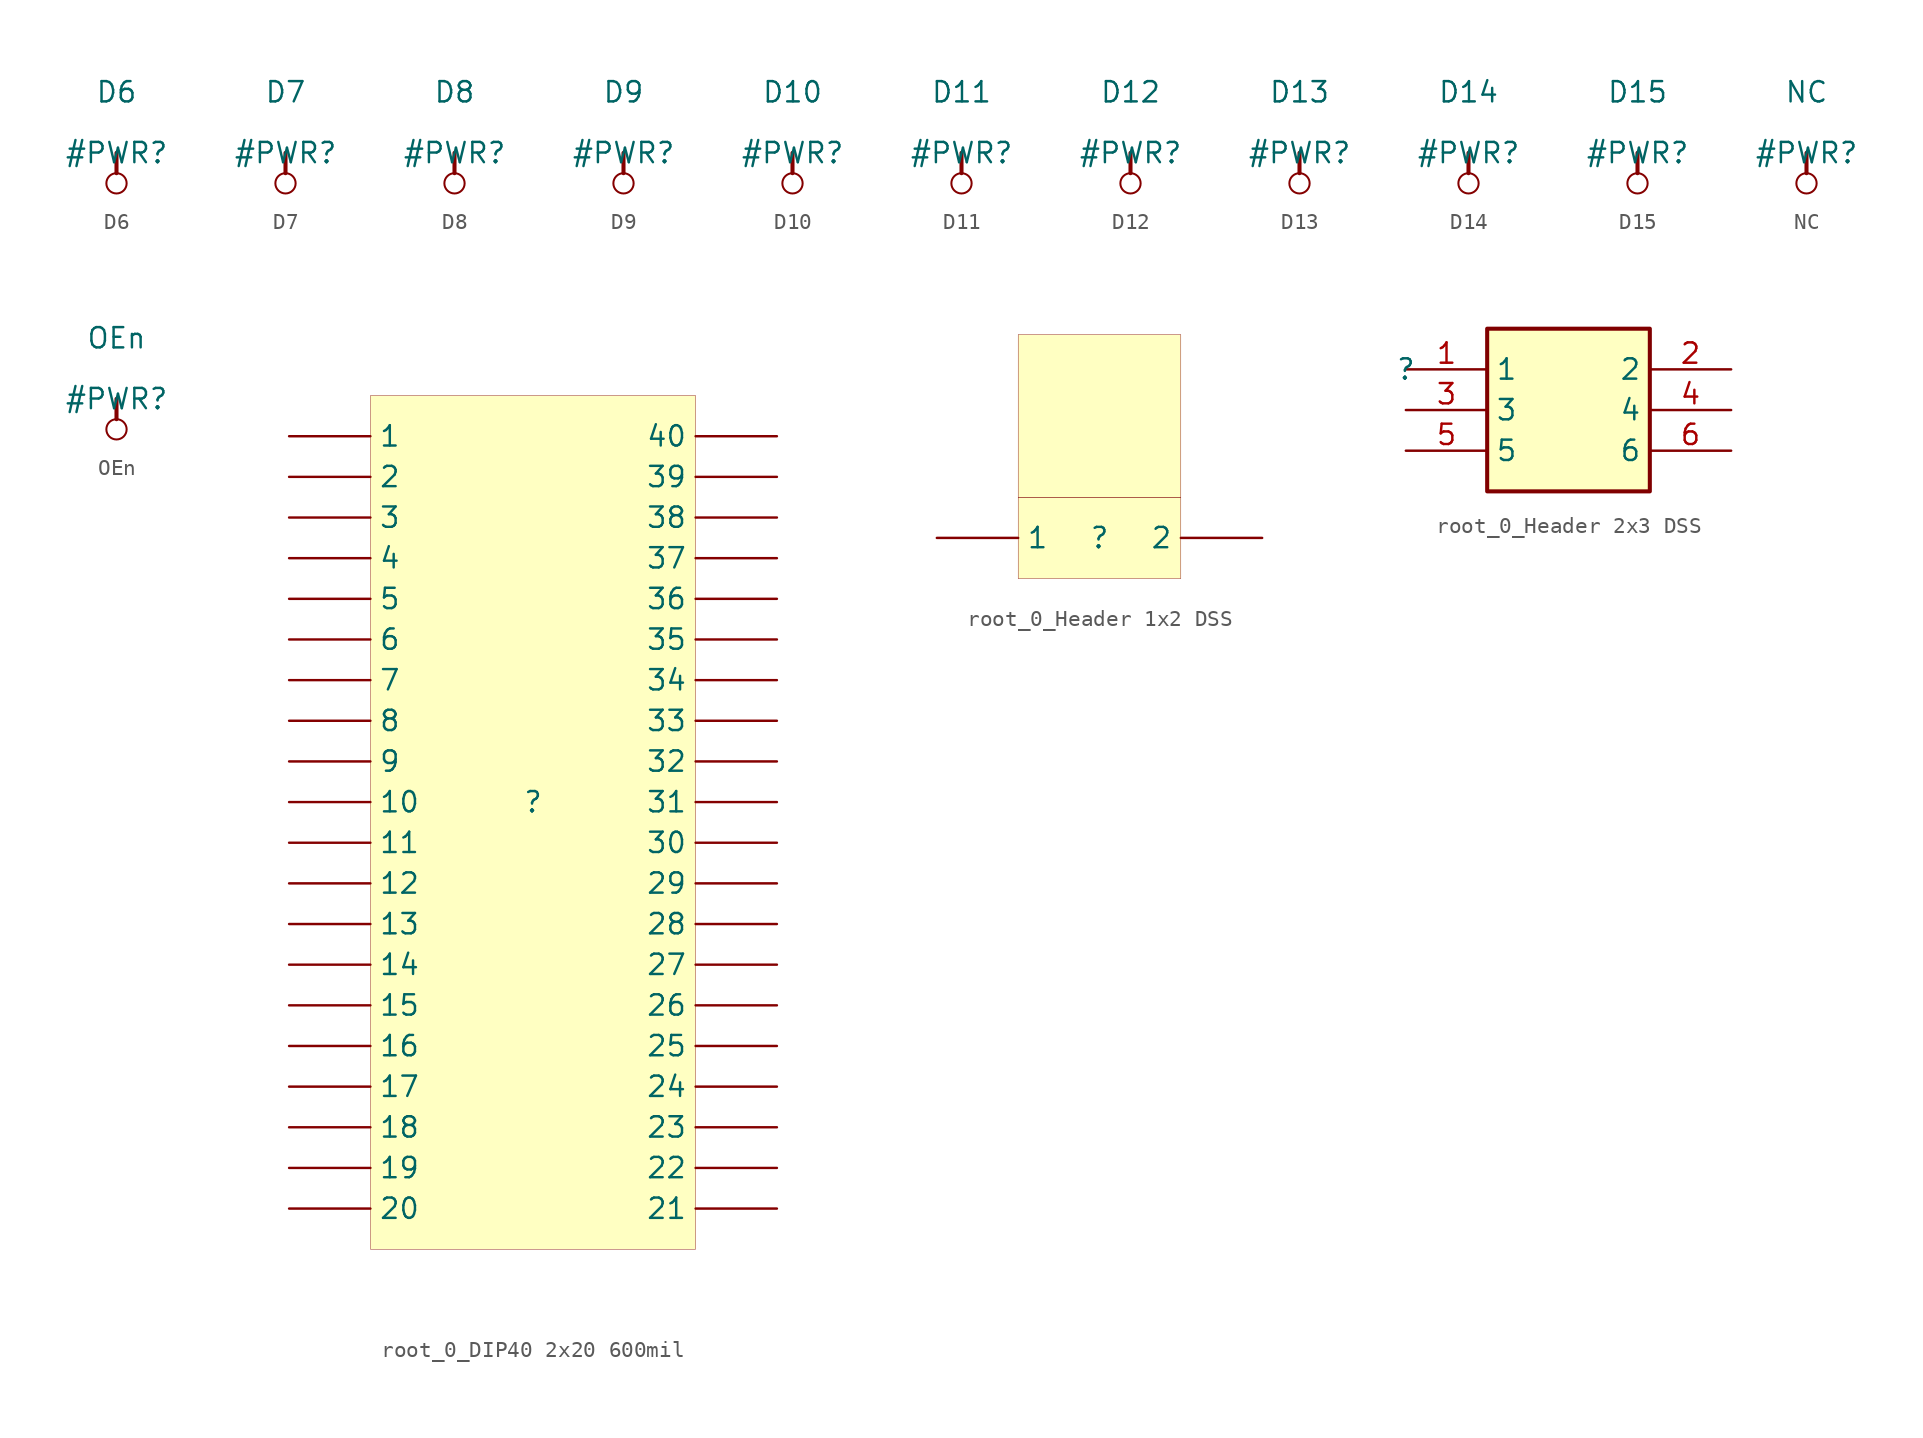
<source format=kicad_sym>
(kicad_symbol_lib
  (version 20231120)
  (generator "kicad_symbol_editor")
  (generator_version "7.99")
  (symbol "D6"
    (power)
    (property "Reference" "#PWR"
      (at 0 0 0)
      (effects (font (size 1.27 1.27))))
    (property "Value" "D6"
      (at 0 3.81 0)
      (effects (font (size 1.27 1.27))))
    (symbol "D6_0_0"
      (circle (center 0 -1.905) (radius 0.635) (stroke (width 0.127) (type solid)) (fill (type none)))
      (polyline (pts (xy 0 0) (xy 0 -1.27)) (stroke (width 0.254) (type solid)) (fill (type none)))
      (pin power_in line (at 0 0 0) (length 0) hide (name "D6" (effects (font (size 1.27 1.27)))) (number "" (effects (font (size 1.27 1.27)))))))
  (symbol "D7"
    (power)
    (property "Reference" "#PWR"
      (at 0 0 0)
      (effects (font (size 1.27 1.27))))
    (property "Value" "D7"
      (at 0 3.81 0)
      (effects (font (size 1.27 1.27))))
    (symbol "D7_0_0"
      (circle (center 0 -1.905) (radius 0.635) (stroke (width 0.127) (type solid)) (fill (type none)))
      (polyline (pts (xy 0 0) (xy 0 -1.27)) (stroke (width 0.254) (type solid)) (fill (type none)))
      (pin power_in line (at 0 0 0) (length 0) hide (name "D7" (effects (font (size 1.27 1.27)))) (number "" (effects (font (size 1.27 1.27)))))))
  (symbol "D8"
    (power)
    (property "Reference" "#PWR"
      (at 0 0 0)
      (effects (font (size 1.27 1.27))))
    (property "Value" "D8"
      (at 0 3.81 0)
      (effects (font (size 1.27 1.27))))
    (symbol "D8_0_0"
      (circle (center 0 -1.905) (radius 0.635) (stroke (width 0.127) (type solid)) (fill (type none)))
      (polyline (pts (xy 0 0) (xy 0 -1.27)) (stroke (width 0.254) (type solid)) (fill (type none)))
      (pin power_in line (at 0 0 0) (length 0) hide (name "D8" (effects (font (size 1.27 1.27)))) (number "" (effects (font (size 1.27 1.27)))))))
  (symbol "D9"
    (power)
    (property "Reference" "#PWR"
      (at 0 0 0)
      (effects (font (size 1.27 1.27))))
    (property "Value" "D9"
      (at 0 3.81 0)
      (effects (font (size 1.27 1.27))))
    (symbol "D9_0_0"
      (circle (center 0 -1.905) (radius 0.635) (stroke (width 0.127) (type solid)) (fill (type none)))
      (polyline (pts (xy 0 0) (xy 0 -1.27)) (stroke (width 0.254) (type solid)) (fill (type none)))
      (pin power_in line (at 0 0 0) (length 0) hide (name "D9" (effects (font (size 1.27 1.27)))) (number "" (effects (font (size 1.27 1.27)))))))
  (symbol "D10"
    (power)
    (property "Reference" "#PWR"
      (at 0 0 0)
      (effects (font (size 1.27 1.27))))
    (property "Value" "D10"
      (at 0 3.81 0)
      (effects (font (size 1.27 1.27))))
    (symbol "D10_0_0"
      (circle (center 0 -1.905) (radius 0.635) (stroke (width 0.127) (type solid)) (fill (type none)))
      (polyline (pts (xy 0 0) (xy 0 -1.27)) (stroke (width 0.254) (type solid)) (fill (type none)))
      (pin power_in line (at 0 0 0) (length 0) hide (name "D10" (effects (font (size 1.27 1.27)))) (number "" (effects (font (size 1.27 1.27)))))))
  (symbol "D11"
    (power)
    (property "Reference" "#PWR"
      (at 0 0 0)
      (effects (font (size 1.27 1.27))))
    (property "Value" "D11"
      (at 0 3.81 0)
      (effects (font (size 1.27 1.27))))
    (symbol "D11_0_0"
      (circle (center 0 -1.905) (radius 0.635) (stroke (width 0.127) (type solid)) (fill (type none)))
      (polyline (pts (xy 0 0) (xy 0 -1.27)) (stroke (width 0.254) (type solid)) (fill (type none)))
      (pin power_in line (at 0 0 0) (length 0) hide (name "D11" (effects (font (size 1.27 1.27)))) (number "" (effects (font (size 1.27 1.27)))))))
  (symbol "D12"
    (power)
    (property "Reference" "#PWR"
      (at 0 0 0)
      (effects (font (size 1.27 1.27))))
    (property "Value" "D12"
      (at 0 3.81 0)
      (effects (font (size 1.27 1.27))))
    (symbol "D12_0_0"
      (circle (center 0 -1.905) (radius 0.635) (stroke (width 0.127) (type solid)) (fill (type none)))
      (polyline (pts (xy 0 0) (xy 0 -1.27)) (stroke (width 0.254) (type solid)) (fill (type none)))
      (pin power_in line (at 0 0 0) (length 0) hide (name "D12" (effects (font (size 1.27 1.27)))) (number "" (effects (font (size 1.27 1.27)))))))
  (symbol "D13"
    (power)
    (property "Reference" "#PWR"
      (at 0 0 0)
      (effects (font (size 1.27 1.27))))
    (property "Value" "D13"
      (at 0 3.81 0)
      (effects (font (size 1.27 1.27))))
    (symbol "D13_0_0"
      (circle (center 0 -1.905) (radius 0.635) (stroke (width 0.127) (type solid)) (fill (type none)))
      (polyline (pts (xy 0 0) (xy 0 -1.27)) (stroke (width 0.254) (type solid)) (fill (type none)))
      (pin power_in line (at 0 0 0) (length 0) hide (name "D13" (effects (font (size 1.27 1.27)))) (number "" (effects (font (size 1.27 1.27)))))))
  (symbol "D14"
    (power)
    (property "Reference" "#PWR"
      (at 0 0 0)
      (effects (font (size 1.27 1.27))))
    (property "Value" "D14"
      (at 0 3.81 0)
      (effects (font (size 1.27 1.27))))
    (symbol "D14_0_0"
      (circle (center 0 -1.905) (radius 0.635) (stroke (width 0.127) (type solid)) (fill (type none)))
      (polyline (pts (xy 0 0) (xy 0 -1.27)) (stroke (width 0.254) (type solid)) (fill (type none)))
      (pin power_in line (at 0 0 0) (length 0) hide (name "D14" (effects (font (size 1.27 1.27)))) (number "" (effects (font (size 1.27 1.27)))))))
  (symbol "D15"
    (power)
    (property "Reference" "#PWR"
      (at 0 0 0)
      (effects (font (size 1.27 1.27))))
    (property "Value" "D15"
      (at 0 3.81 0)
      (effects (font (size 1.27 1.27))))
    (symbol "D15_0_0"
      (circle (center 0 -1.905) (radius 0.635) (stroke (width 0.127) (type solid)) (fill (type none)))
      (polyline (pts (xy 0 0) (xy 0 -1.27)) (stroke (width 0.254) (type solid)) (fill (type none)))
      (pin power_in line (at 0 0 0) (length 0) hide (name "D15" (effects (font (size 1.27 1.27)))) (number "" (effects (font (size 1.27 1.27)))))))
  (symbol "NC"
    (power)
    (property "Reference" "#PWR"
      (at 0 0 0)
      (effects (font (size 1.27 1.27))))
    (property "Value" "NC"
      (at 0 3.81 0)
      (effects (font (size 1.27 1.27))))
    (symbol "NC_0_0"
      (circle (center 0 -1.905) (radius 0.635) (stroke (width 0.127) (type solid)) (fill (type none)))
      (polyline (pts (xy 0 0) (xy 0 -1.27)) (stroke (width 0.254) (type solid)) (fill (type none)))
      (pin power_in line (at 0 0 0) (length 0) hide (name "NC" (effects (font (size 1.27 1.27)))) (number "" (effects (font (size 1.27 1.27)))))))
  (symbol "OEn"
    (power)
    (property "Reference" "#PWR"
      (at 0 0 0)
      (effects (font (size 1.27 1.27))))
    (property "Value" "OEn"
      (at 0 3.81 0)
      (effects (font (size 1.27 1.27))))
    (symbol "OEn_0_0"
      (circle (center 0 -1.905) (radius 0.635) (stroke (width 0.127) (type solid)) (fill (type none)))
      (polyline (pts (xy 0 0) (xy 0 -1.27)) (stroke (width 0.254) (type solid)) (fill (type none)))
      (pin power_in line (at 0 0 0) (length 0) hide (name "OEn" (effects (font (size 1.27 1.27)))) (number "" (effects (font (size 1.27 1.27)))))))
  (symbol "root_0_DIP40 2x20 600mil"
    (property "Reference" ""
      (at 0 0 0)
      (effects (font (size 1.27 1.27))))
    (property "Value" ""
      (at 0 0 0)
      (effects (font (size 1.27 1.27))))
    (symbol "root_0_DIP40 2x20 600mil_1_0"
      (rectangle (start 10.16 25.4) (end -10.16 -27.94) (stroke (width 0.025) (type solid) (color 128 0 0 1)) (fill (type background)))
      (pin passive line (at -15.24 22.86 0) (length 5.08) (name "1" (effects (font (size 1.27 1.27)))) (number "1" (effects (font (size 0 0)))))
      (pin passive line (at -15.24 0 0) (length 5.08) (name "10" (effects (font (size 1.27 1.27)))) (number "10" (effects (font (size 0 0)))))
      (pin passive line (at -15.24 -2.54 0) (length 5.08) (name "11" (effects (font (size 1.27 1.27)))) (number "11" (effects (font (size 0 0)))))
      (pin passive line (at -15.24 -5.08 0) (length 5.08) (name "12" (effects (font (size 1.27 1.27)))) (number "12" (effects (font (size 0 0)))))
      (pin passive line (at -15.24 -7.62 0) (length 5.08) (name "13" (effects (font (size 1.27 1.27)))) (number "13" (effects (font (size 0 0)))))
      (pin passive line (at -15.24 -10.16 0) (length 5.08) (name "14" (effects (font (size 1.27 1.27)))) (number "14" (effects (font (size 0 0)))))
      (pin passive line (at -15.24 -12.7 0) (length 5.08) (name "15" (effects (font (size 1.27 1.27)))) (number "15" (effects (font (size 0 0)))))
      (pin passive line (at -15.24 -15.24 0) (length 5.08) (name "16" (effects (font (size 1.27 1.27)))) (number "16" (effects (font (size 0 0)))))
      (pin passive line (at -15.24 -17.78 0) (length 5.08) (name "17" (effects (font (size 1.27 1.27)))) (number "17" (effects (font (size 0 0)))))
      (pin passive line (at -15.24 -20.32 0) (length 5.08) (name "18" (effects (font (size 1.27 1.27)))) (number "18" (effects (font (size 0 0)))))
      (pin passive line (at -15.24 -22.86 0) (length 5.08) (name "19" (effects (font (size 1.27 1.27)))) (number "19" (effects (font (size 0 0)))))
      (pin passive line (at -15.24 20.32 0) (length 5.08) (name "2" (effects (font (size 1.27 1.27)))) (number "2" (effects (font (size 0 0)))))
      (pin passive line (at -15.24 -25.4 0) (length 5.08) (name "20" (effects (font (size 1.27 1.27)))) (number "20" (effects (font (size 0 0)))))
      (pin passive line (at 15.24 -25.4 180) (length 5.08) (name "21" (effects (font (size 1.27 1.27)))) (number "21" (effects (font (size 0 0)))))
      (pin passive line (at 15.24 -22.86 180) (length 5.08) (name "22" (effects (font (size 1.27 1.27)))) (number "22" (effects (font (size 0 0)))))
      (pin passive line (at 15.24 -20.32 180) (length 5.08) (name "23" (effects (font (size 1.27 1.27)))) (number "23" (effects (font (size 0 0)))))
      (pin passive line (at 15.24 -17.78 180) (length 5.08) (name "24" (effects (font (size 1.27 1.27)))) (number "24" (effects (font (size 0 0)))))
      (pin passive line (at 15.24 -15.24 180) (length 5.08) (name "25" (effects (font (size 1.27 1.27)))) (number "25" (effects (font (size 0 0)))))
      (pin passive line (at 15.24 -12.7 180) (length 5.08) (name "26" (effects (font (size 1.27 1.27)))) (number "26" (effects (font (size 0 0)))))
      (pin passive line (at 15.24 -10.16 180) (length 5.08) (name "27" (effects (font (size 1.27 1.27)))) (number "27" (effects (font (size 0 0)))))
      (pin passive line (at 15.24 -7.62 180) (length 5.08) (name "28" (effects (font (size 1.27 1.27)))) (number "28" (effects (font (size 0 0)))))
      (pin passive line (at 15.24 -5.08 180) (length 5.08) (name "29" (effects (font (size 1.27 1.27)))) (number "29" (effects (font (size 0 0)))))
      (pin passive line (at -15.24 17.78 0) (length 5.08) (name "3" (effects (font (size 1.27 1.27)))) (number "3" (effects (font (size 0 0)))))
      (pin passive line (at 15.24 -2.54 180) (length 5.08) (name "30" (effects (font (size 1.27 1.27)))) (number "30" (effects (font (size 0 0)))))
      (pin passive line (at 15.24 0 180) (length 5.08) (name "31" (effects (font (size 1.27 1.27)))) (number "31" (effects (font (size 0 0)))))
      (pin passive line (at 15.24 2.54 180) (length 5.08) (name "32" (effects (font (size 1.27 1.27)))) (number "32" (effects (font (size 0 0)))))
      (pin passive line (at 15.24 5.08 180) (length 5.08) (name "33" (effects (font (size 1.27 1.27)))) (number "33" (effects (font (size 0 0)))))
      (pin passive line (at 15.24 7.62 180) (length 5.08) (name "34" (effects (font (size 1.27 1.27)))) (number "34" (effects (font (size 0 0)))))
      (pin passive line (at 15.24 10.16 180) (length 5.08) (name "35" (effects (font (size 1.27 1.27)))) (number "35" (effects (font (size 0 0)))))
      (pin passive line (at 15.24 12.7 180) (length 5.08) (name "36" (effects (font (size 1.27 1.27)))) (number "36" (effects (font (size 0 0)))))
      (pin passive line (at 15.24 15.24 180) (length 5.08) (name "37" (effects (font (size 1.27 1.27)))) (number "37" (effects (font (size 0 0)))))
      (pin passive line (at 15.24 17.78 180) (length 5.08) (name "38" (effects (font (size 1.27 1.27)))) (number "38" (effects (font (size 0 0)))))
      (pin passive line (at 15.24 20.32 180) (length 5.08) (name "39" (effects (font (size 1.27 1.27)))) (number "39" (effects (font (size 0 0)))))
      (pin passive line (at -15.24 15.24 0) (length 5.08) (name "4" (effects (font (size 1.27 1.27)))) (number "4" (effects (font (size 0 0)))))
      (pin passive line (at 15.24 22.86 180) (length 5.08) (name "40" (effects (font (size 1.27 1.27)))) (number "40" (effects (font (size 0 0)))))
      (pin passive line (at -15.24 12.7 0) (length 5.08) (name "5" (effects (font (size 1.27 1.27)))) (number "5" (effects (font (size 0 0)))))
      (pin passive line (at -15.24 10.16 0) (length 5.08) (name "6" (effects (font (size 1.27 1.27)))) (number "6" (effects (font (size 0 0)))))
      (pin passive line (at -15.24 7.62 0) (length 5.08) (name "7" (effects (font (size 1.27 1.27)))) (number "7" (effects (font (size 0 0)))))
      (pin passive line (at -15.24 5.08 0) (length 5.08) (name "8" (effects (font (size 1.27 1.27)))) (number "8" (effects (font (size 0 0)))))
      (pin passive line (at -15.24 2.54 0) (length 5.08) (name "9" (effects (font (size 1.27 1.27)))) (number "9" (effects (font (size 0 0)))))))
  (symbol "root_0_Header 1x2 DSS"
    (property "Reference" ""
      (at 0 0 0)
      (effects (font (size 1.27 1.27))))
    (property "Value" ""
      (at 0 0 0)
      (effects (font (size 1.27 1.27))))
    (symbol "root_0_Header 1x2 DSS_1_0"
      (rectangle (start 5.08 2.54) (end -5.08 -2.54) (stroke (width 0.025) (type solid) (color 128 0 0 1)) (fill (type background)))
      (rectangle (start 5.08 12.7) (end -5.08 2.54) (stroke (width 0.025) (type solid) (color 128 0 0 1)) (fill (type background)))
      (pin passive line (at -10.16 0 0) (length 5.08) (name "1" (effects (font (size 1.27 1.27)))) (number "1" (effects (font (size 0 0)))))
      (pin passive line (at 10.16 0 180) (length 5.08) (name "2" (effects (font (size 1.27 1.27)))) (number "2" (effects (font (size 0 0)))))))
  (symbol "root_0_Header 2x3 DSS"
    (property "Reference" ""
      (at 0 0 0)
      (effects (font (size 1.27 1.27))))
    (property "Value" ""
      (at 0 0 0)
      (effects (font (size 1.27 1.27))))
    (symbol "root_0_Header 2x3 DSS_1_0"
      (rectangle (start 15.24 2.54) (end 5.08 -7.62) (stroke (width 0.254) (type solid) (color 128 0 0 1)) (fill (type background)))
      (pin passive line (at 0 0 0) (length 5.08) (name "1" (effects (font (size 1.27 1.27)))) (number "1" (effects (font (size 1.27 1.27)))))
      (pin passive line (at 20.32 0 180) (length 5.08) (name "2" (effects (font (size 1.27 1.27)))) (number "2" (effects (font (size 1.27 1.27)))))
      (pin passive line (at 0 -2.54 0) (length 5.08) (name "3" (effects (font (size 1.27 1.27)))) (number "3" (effects (font (size 1.27 1.27)))))
      (pin passive line (at 20.32 -2.54 180) (length 5.08) (name "4" (effects (font (size 1.27 1.27)))) (number "4" (effects (font (size 1.27 1.27)))))
      (pin passive line (at 0 -5.08 0) (length 5.08) (name "5" (effects (font (size 1.27 1.27)))) (number "5" (effects (font (size 1.27 1.27)))))
      (pin passive line (at 20.32 -5.08 180) (length 5.08) (name "6" (effects (font (size 1.27 1.27)))) (number "6" (effects (font (size 1.27 1.27))))))))
</source>
